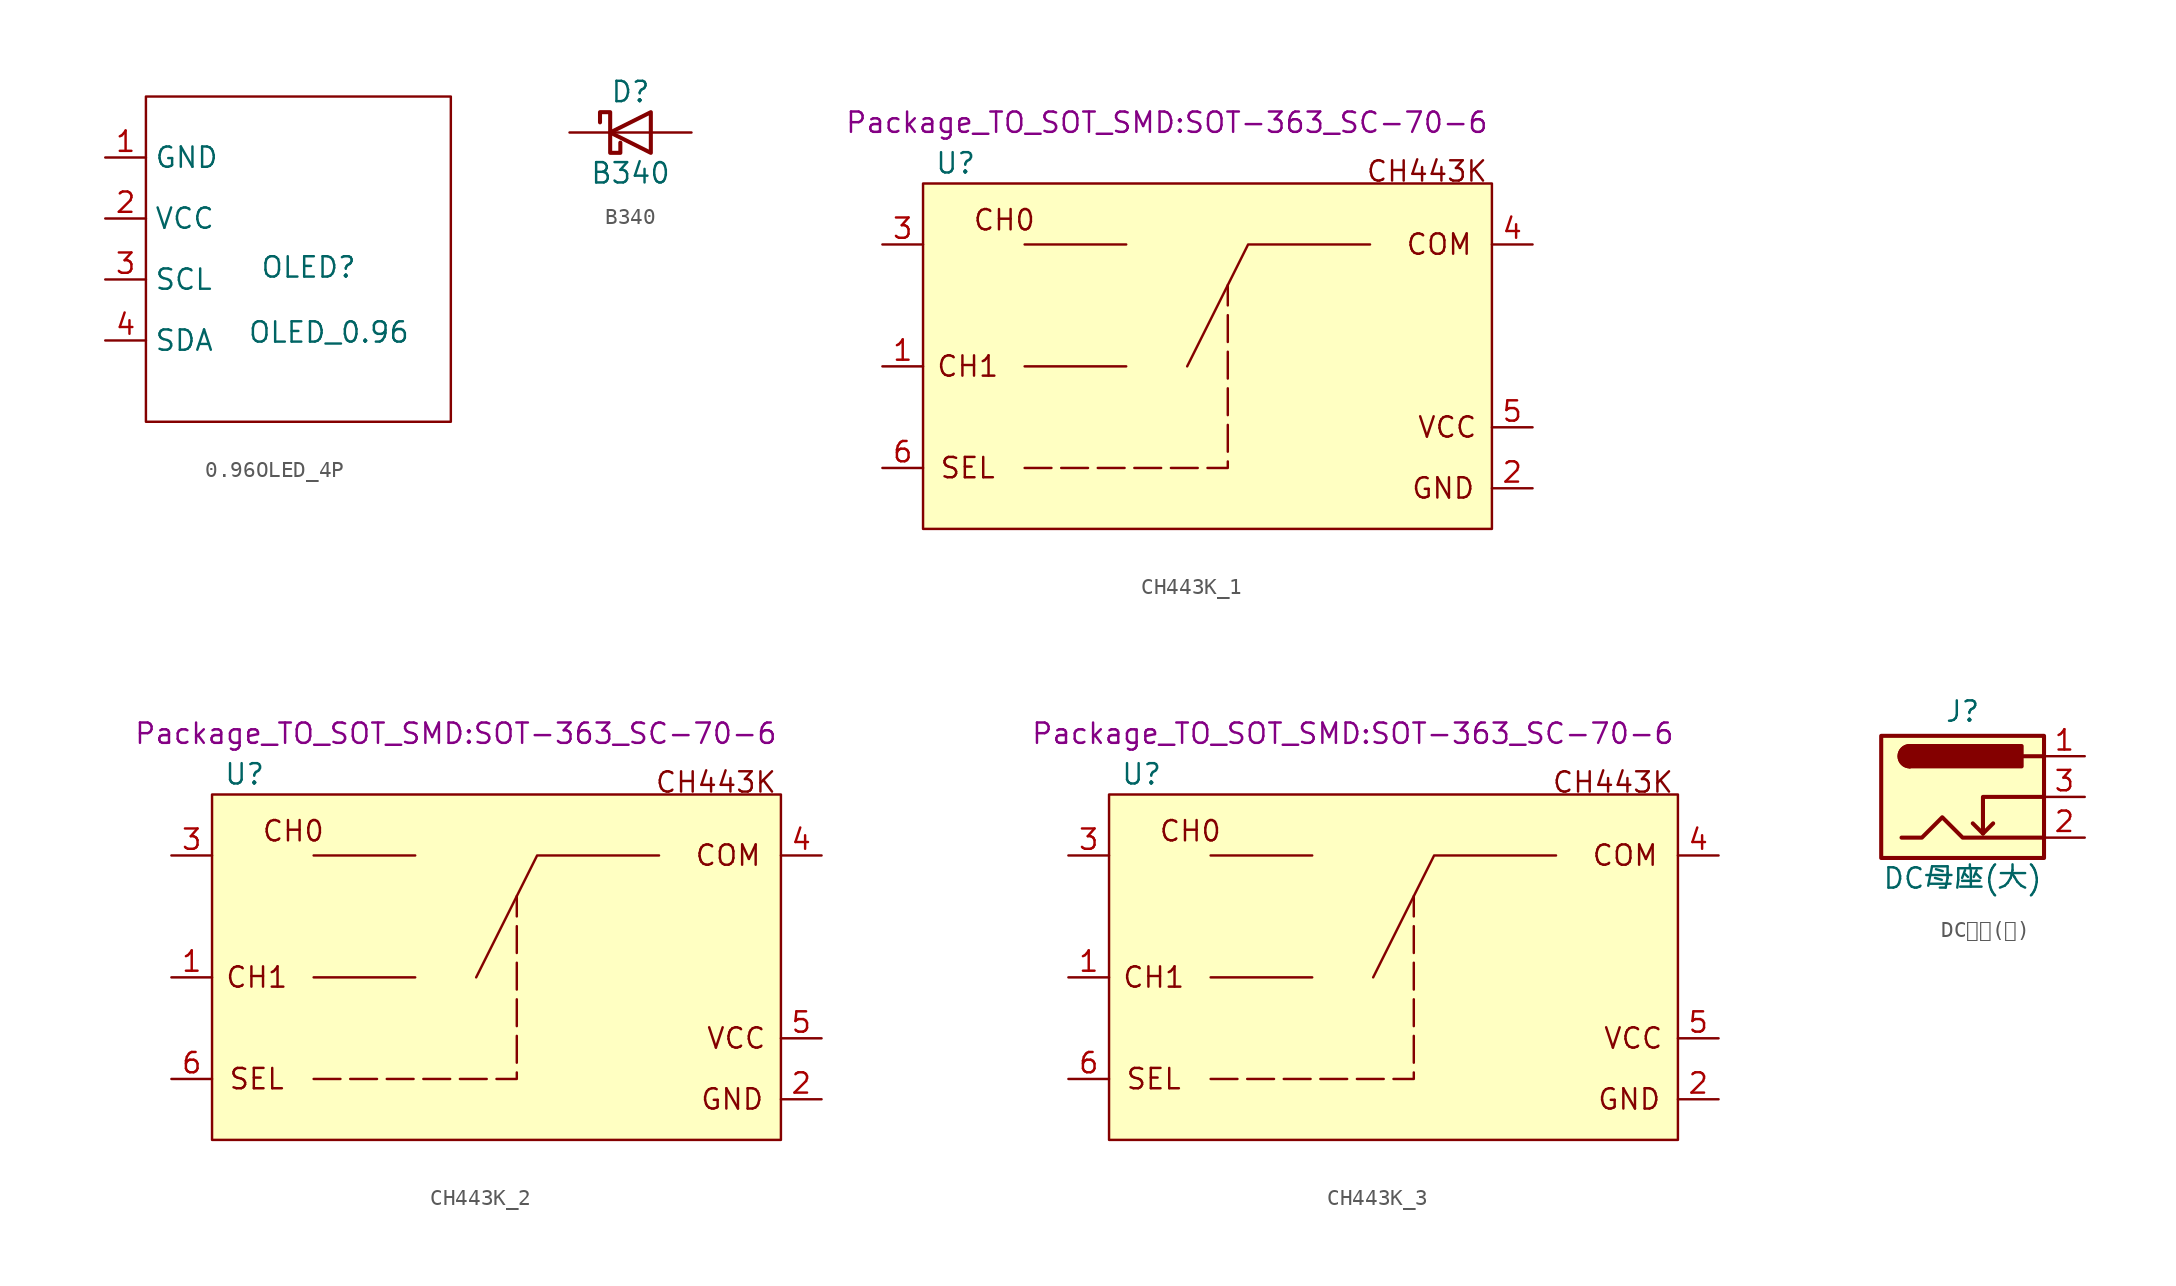
<source format=kicad_sym>
(kicad_symbol_lib
  (version 20231120)
  (generator "kicad_symbol_editor")
  (generator_version "8.0")
  (symbol "0.96OLED_4P"
    (property "Reference" "OLED"
      (at 6.35 -3.048 0)
      (effects (font (size 1.27 1.27))))
    (property "Value" "OLED_0.96"
      (at 7.62 -7.112 0)
      (effects (font (size 1.27 1.27))))
    (symbol "0.96OLED_4P_0_1"
      (rectangle (start -3.81 7.62) (end 15.24 -12.7) (stroke (width 0) (type default)) (fill (type none))))
    (symbol "0.96OLED_4P_1_1"
      (pin passive line (at -6.35 3.81 0) (length 2.54) (name "GND" (effects (font (size 1.27 1.27)))) (number "1" (effects (font (size 1.27 1.27)))))
      (pin passive line (at -6.35 0 0) (length 2.54) (name "VCC" (effects (font (size 1.27 1.27)))) (number "2" (effects (font (size 1.27 1.27)))))
      (pin passive line (at -6.35 -3.81 0) (length 2.54) (name "SCL" (effects (font (size 1.27 1.27)))) (number "3" (effects (font (size 1.27 1.27)))))
      (pin passive line (at -6.35 -7.62 0) (length 2.54) (name "SDA" (effects (font (size 1.27 1.27)))) (number "4" (effects (font (size 1.27 1.27)))))))
  (symbol "B340"
    (pin_numbers hide)
    (pin_names
      (offset 1.016) hide)
    (property "Reference" "D"
      (at 0 2.54 0)
      (effects (font (size 1.27 1.27))))
    (property "Value" "B340"
      (at 0 -2.54 0)
      (effects (font (size 1.27 1.27))))
    (symbol "B340_0_1"
      (polyline (pts (xy 1.27 0) (xy -1.27 0)) (stroke (width 0) (type default)) (fill (type none)))
      (polyline (pts (xy 1.27 1.27) (xy 1.27 -1.27) (xy -1.27 0) (xy 1.27 1.27)) (stroke (width 0.254) (type default)) (fill (type none)))
      (polyline (pts (xy -1.905 0.635) (xy -1.905 1.27) (xy -1.27 1.27) (xy -1.27 -1.27) (xy -0.635 -1.27) (xy -0.635 -0.635)) (stroke (width 0.254) (type default)) (fill (type none))))
    (symbol "B340_1_1"
      (pin passive line (at -3.81 0 0) (length 2.54) (name "K" (effects (font (size 1.27 1.27)))) (number "1" (effects (font (size 1.27 1.27)))))
      (pin passive line (at 3.81 0 180) (length 2.54) (name "A" (effects (font (size 1.27 1.27)))) (number "2" (effects (font (size 1.27 1.27)))))))
  (symbol "CH443K_1"
    (property "Reference" "U"
      (at -13.208 -2.54 0)
      (effects (font (size 1.27 1.27))))
    (property "Value" ""
      (at 0 0 0)
      (effects (font (size 1.27 1.27))))
    (property "Footprint" "Package_TO_SOT_SMD:SOT-363_SC-70-6"
      (at 0 0 0)
      (effects (font (size 1.27 1.27))))
    (symbol "CH443K_1_1_1"
      (rectangle (start -15.24 -3.81) (end 20.32 -25.4) (stroke (width 0) (type default)) (fill (type background)))
      (polyline (pts (xy -8.89 -15.24) (xy -2.54 -15.24)) (stroke (width 0) (type default)) (fill (type none)))
      (polyline (pts (xy -8.89 -7.62) (xy -2.54 -7.62)) (stroke (width 0) (type default)) (fill (type none)))
      (polyline (pts (xy -8.89 -21.59) (xy 3.81 -21.59) (xy 3.81 -10.16)) (stroke (width 0) (type dash)) (fill (type none)))
      (polyline (pts (xy 1.27 -15.24) (xy 5.08 -7.62) (xy 12.7 -7.62)) (stroke (width 0) (type default)) (fill (type none)))
      (text "CH0" (at -10.16 -6.096 0) (effects (font (size 1.27 1.27))))
      (text "CH1" (at -12.446 -15.24 0) (effects (font (size 1.27 1.27))))
      (text "CH443K\n" (at 16.256 -3.048 0) (effects (font (size 1.27 1.27))))
      (text "COM" (at 17.018 -7.62 0) (effects (font (size 1.27 1.27))))
      (text "GND" (at 17.272 -22.86 0) (effects (font (size 1.27 1.27))))
      (text "SEL" (at -12.446 -21.59 0) (effects (font (size 1.27 1.27))))
      (text "VCC" (at 17.526 -19.05 0) (effects (font (size 1.27 1.27))))
      (pin unspecified line (at -17.78 -15.24 0) (length 2.54) (name "" (effects (font (size 1.27 1.27)))) (number "1" (effects (font (size 1.27 1.27)))))
      (pin unspecified line (at 22.86 -22.86 180) (length 2.54) (name "" (effects (font (size 1.27 1.27)))) (number "2" (effects (font (size 1.27 1.27)))))
      (pin unspecified line (at -17.78 -7.62 0) (length 2.54) (name "" (effects (font (size 1.27 1.27)))) (number "3" (effects (font (size 1.27 1.27)))))
      (pin output line (at 22.86 -7.62 180) (length 2.54) (name "" (effects (font (size 1.27 1.27)))) (number "4" (effects (font (size 1.27 1.27)))))
      (pin unspecified line (at 22.86 -19.05 180) (length 2.54) (name "" (effects (font (size 1.27 1.27)))) (number "5" (effects (font (size 1.27 1.27)))))
      (pin unspecified line (at -17.78 -21.59 0) (length 2.54) (name "" (effects (font (size 1.27 1.27)))) (number "6" (effects (font (size 1.27 1.27)))))))
  (symbol "CH443K_2"
    (property "Reference" "U"
      (at -13.208 -2.54 0)
      (effects (font (size 1.27 1.27))))
    (property "Value" ""
      (at 0 0 0)
      (effects (font (size 1.27 1.27))))
    (property "Footprint" "Package_TO_SOT_SMD:SOT-363_SC-70-6"
      (at 0 0 0)
      (effects (font (size 1.27 1.27))))
    (symbol "CH443K_2_1_1"
      (rectangle (start -15.24 -3.81) (end 20.32 -25.4) (stroke (width 0) (type default)) (fill (type background)))
      (polyline (pts (xy -8.89 -15.24) (xy -2.54 -15.24)) (stroke (width 0) (type default)) (fill (type none)))
      (polyline (pts (xy -8.89 -7.62) (xy -2.54 -7.62)) (stroke (width 0) (type default)) (fill (type none)))
      (polyline (pts (xy -8.89 -21.59) (xy 3.81 -21.59) (xy 3.81 -10.16)) (stroke (width 0) (type dash)) (fill (type none)))
      (polyline (pts (xy 1.27 -15.24) (xy 5.08 -7.62) (xy 12.7 -7.62)) (stroke (width 0) (type default)) (fill (type none)))
      (text "CH0" (at -10.16 -6.096 0) (effects (font (size 1.27 1.27))))
      (text "CH1" (at -12.446 -15.24 0) (effects (font (size 1.27 1.27))))
      (text "CH443K\n" (at 16.256 -3.048 0) (effects (font (size 1.27 1.27))))
      (text "COM" (at 17.018 -7.62 0) (effects (font (size 1.27 1.27))))
      (text "GND" (at 17.272 -22.86 0) (effects (font (size 1.27 1.27))))
      (text "SEL" (at -12.446 -21.59 0) (effects (font (size 1.27 1.27))))
      (text "VCC" (at 17.526 -19.05 0) (effects (font (size 1.27 1.27))))
      (pin unspecified line (at -17.78 -15.24 0) (length 2.54) (name "" (effects (font (size 1.27 1.27)))) (number "1" (effects (font (size 1.27 1.27)))))
      (pin unspecified line (at 22.86 -22.86 180) (length 2.54) (name "" (effects (font (size 1.27 1.27)))) (number "2" (effects (font (size 1.27 1.27)))))
      (pin unspecified line (at -17.78 -7.62 0) (length 2.54) (name "" (effects (font (size 1.27 1.27)))) (number "3" (effects (font (size 1.27 1.27)))))
      (pin unspecified line (at 22.86 -7.62 180) (length 2.54) (name "" (effects (font (size 1.27 1.27)))) (number "4" (effects (font (size 1.27 1.27)))))
      (pin unspecified line (at 22.86 -19.05 180) (length 2.54) (name "" (effects (font (size 1.27 1.27)))) (number "5" (effects (font (size 1.27 1.27)))))
      (pin unspecified line (at -17.78 -21.59 0) (length 2.54) (name "" (effects (font (size 1.27 1.27)))) (number "6" (effects (font (size 1.27 1.27)))))))
  (symbol "CH443K_3"
    (property "Reference" "U"
      (at -13.208 -2.54 0)
      (effects (font (size 1.27 1.27))))
    (property "Value" ""
      (at 0 0 0)
      (effects (font (size 1.27 1.27))))
    (property "Footprint" "Package_TO_SOT_SMD:SOT-363_SC-70-6"
      (at 0 0 0)
      (effects (font (size 1.27 1.27))))
    (symbol "CH443K_3_1_1"
      (rectangle (start -15.24 -3.81) (end 20.32 -25.4) (stroke (width 0) (type default)) (fill (type background)))
      (polyline (pts (xy -8.89 -15.24) (xy -2.54 -15.24)) (stroke (width 0) (type default)) (fill (type none)))
      (polyline (pts (xy -8.89 -7.62) (xy -2.54 -7.62)) (stroke (width 0) (type default)) (fill (type none)))
      (polyline (pts (xy -8.89 -21.59) (xy 3.81 -21.59) (xy 3.81 -10.16)) (stroke (width 0) (type dash)) (fill (type none)))
      (polyline (pts (xy 1.27 -15.24) (xy 5.08 -7.62) (xy 12.7 -7.62)) (stroke (width 0) (type default)) (fill (type none)))
      (text "CH0" (at -10.16 -6.096 0) (effects (font (size 1.27 1.27))))
      (text "CH1" (at -12.446 -15.24 0) (effects (font (size 1.27 1.27))))
      (text "CH443K\n" (at 16.256 -3.048 0) (effects (font (size 1.27 1.27))))
      (text "COM" (at 17.018 -7.62 0) (effects (font (size 1.27 1.27))))
      (text "GND" (at 17.272 -22.86 0) (effects (font (size 1.27 1.27))))
      (text "SEL" (at -12.446 -21.59 0) (effects (font (size 1.27 1.27))))
      (text "VCC" (at 17.526 -19.05 0) (effects (font (size 1.27 1.27))))
      (pin unspecified line (at -17.78 -15.24 0) (length 2.54) (name "" (effects (font (size 1.27 1.27)))) (number "1" (effects (font (size 1.27 1.27)))))
      (pin unspecified line (at 22.86 -22.86 180) (length 2.54) (name "" (effects (font (size 1.27 1.27)))) (number "2" (effects (font (size 1.27 1.27)))))
      (pin unspecified line (at -17.78 -7.62 0) (length 2.54) (name "" (effects (font (size 1.27 1.27)))) (number "3" (effects (font (size 1.27 1.27)))))
      (pin unspecified line (at 22.86 -7.62 180) (length 2.54) (name "" (effects (font (size 1.27 1.27)))) (number "4" (effects (font (size 1.27 1.27)))))
      (pin unspecified line (at 22.86 -19.05 180) (length 2.54) (name "" (effects (font (size 1.27 1.27)))) (number "5" (effects (font (size 1.27 1.27)))))
      (pin unspecified line (at -17.78 -21.59 0) (length 2.54) (name "" (effects (font (size 1.27 1.27)))) (number "6" (effects (font (size 1.27 1.27)))))))
  (symbol "DC母座(大)"
    (pin_names hide)
    (property "Reference" "J"
      (at 0 5.334 0)
      (effects (font (size 1.27 1.27))))
    (property "Value" "DC母座(大)"
      (at 0 -5.08 0)
      (effects (font (size 1.27 1.27))))
    (symbol "DC母座(大)_0_1"
      (rectangle (start -5.08 3.81) (end 5.08 -3.81) (stroke (width 0.254) (type default)) (fill (type background)))
      (arc (start -3.302 3.175) (mid -3.9343 2.54) (end -3.302 1.905) (stroke (width 0.254) (type default)) (fill (type none)))
      (arc (start -3.302 3.175) (mid -3.9343 2.54) (end -3.302 1.905) (stroke (width 0.254) (type default)) (fill (type outline)))
      (polyline (pts (xy 1.27 -2.286) (xy 1.905 -1.651)) (stroke (width 0.254) (type default)) (fill (type none)))
      (polyline (pts (xy 5.08 2.54) (xy 3.81 2.54)) (stroke (width 0.254) (type default)) (fill (type none)))
      (polyline (pts (xy 5.08 0) (xy 1.27 0) (xy 1.27 -2.286) (xy 0.635 -1.651)) (stroke (width 0.254) (type default)) (fill (type none)))
      (polyline (pts (xy -3.81 -2.54) (xy -2.54 -2.54) (xy -1.27 -1.27) (xy 0 -2.54) (xy 2.54 -2.54) (xy 5.08 -2.54)) (stroke (width 0.254) (type default)) (fill (type none)))
      (rectangle (start 3.683 3.175) (end -3.302 1.905) (stroke (width 0.254) (type default)) (fill (type outline))))
    (symbol "DC母座(大)_1_1"
      (pin passive line (at 7.62 2.54 180) (length 2.54) (name "~" (effects (font (size 1.27 1.27)))) (number "1" (effects (font (size 1.27 1.27)))))
      (pin passive line (at 7.62 -2.54 180) (length 2.54) (name "~" (effects (font (size 1.27 1.27)))) (number "2" (effects (font (size 1.27 1.27)))))
      (pin passive line (at 7.62 0 180) (length 2.54) (name "~" (effects (font (size 1.27 1.27)))) (number "3" (effects (font (size 1.27 1.27))))))))
</source>
